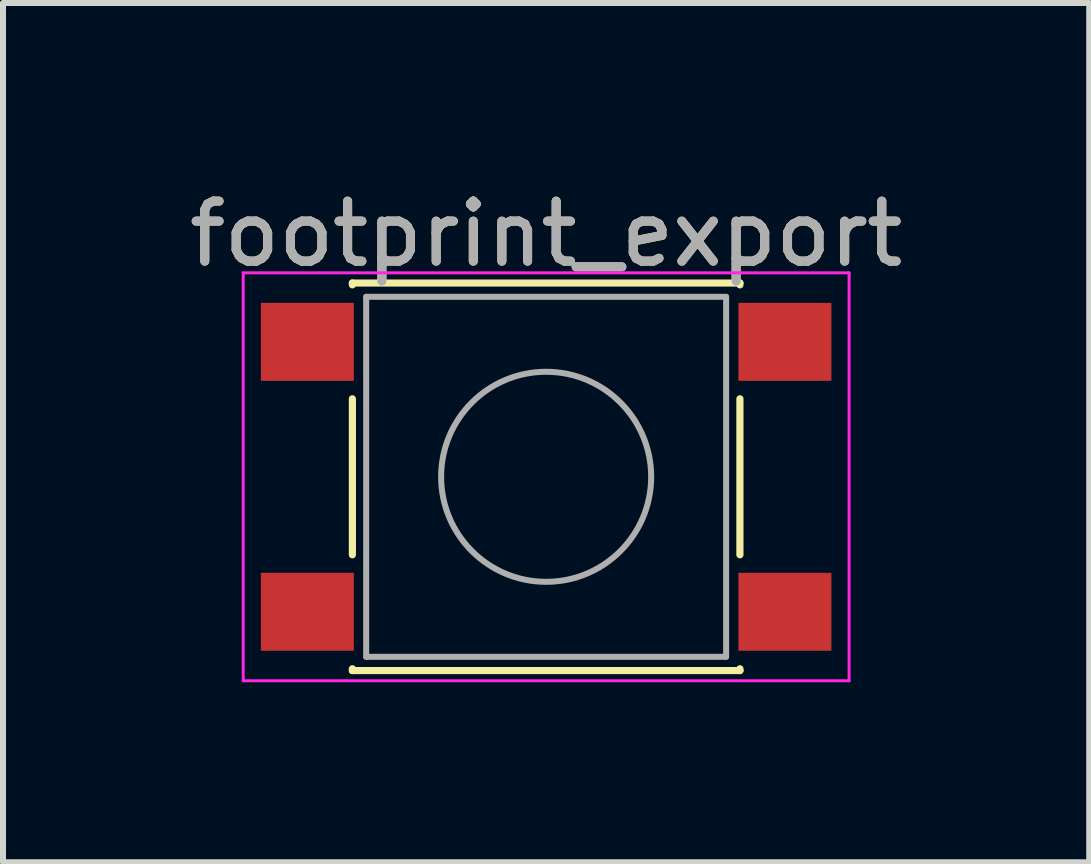
<source format=kicad_pcb>
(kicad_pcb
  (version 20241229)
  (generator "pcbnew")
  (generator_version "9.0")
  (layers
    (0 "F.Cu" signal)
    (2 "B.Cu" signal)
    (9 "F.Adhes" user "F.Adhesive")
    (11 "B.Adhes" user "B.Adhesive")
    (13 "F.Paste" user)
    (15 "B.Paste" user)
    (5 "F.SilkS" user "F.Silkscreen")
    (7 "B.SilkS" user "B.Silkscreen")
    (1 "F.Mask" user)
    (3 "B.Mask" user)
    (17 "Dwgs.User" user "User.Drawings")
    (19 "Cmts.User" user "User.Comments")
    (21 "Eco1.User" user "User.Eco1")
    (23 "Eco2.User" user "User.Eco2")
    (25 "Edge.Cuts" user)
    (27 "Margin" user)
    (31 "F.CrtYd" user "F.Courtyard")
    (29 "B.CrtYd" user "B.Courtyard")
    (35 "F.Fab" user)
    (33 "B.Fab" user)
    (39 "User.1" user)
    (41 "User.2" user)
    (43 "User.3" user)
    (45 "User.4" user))
  (footprint "footprint_export"
    (layer "F.Cu")
    (at 6.054 4.898)
    (property "Reference" "footprint_export" (at 0 -4.05 0) (layer "F.SilkS") (effects (font (size 1 1) (thickness 0.15))))
    (attr smd)
    (fp_line (start -3.23 -3.23) (end 3.23 -3.23) (stroke (width 0.12) (type solid)) (layer "F.SilkS"))
    (fp_line (start -3.23 -3.2) (end -3.23 -3.23) (stroke (width 0.12) (type solid)) (layer "F.SilkS"))
    (fp_line (start -3.23 -1.3) (end -3.23 1.3) (stroke (width 0.12) (type solid)) (layer "F.SilkS"))
    (fp_line (start -3.23 3.23) (end -3.23 3.2) (stroke (width 0.12) (type solid)) (layer "F.SilkS"))
    (fp_line (start -3.23 3.23) (end 3.23 3.23) (stroke (width 0.12) (type solid)) (layer "F.SilkS"))
    (fp_line (start 3.23 -3.23) (end 3.23 -3.2) (stroke (width 0.12) (type solid)) (layer "F.SilkS"))
    (fp_line (start 3.23 -1.3) (end 3.23 1.3) (stroke (width 0.12) (type solid)) (layer "F.SilkS"))
    (fp_line (start 3.23 3.23) (end 3.23 3.2) (stroke (width 0.12) (type solid)) (layer "F.SilkS"))
    (fp_line (start -5.05 -3.4) (end -5.05 3.4) (stroke (width 0.05) (type solid)) (layer "F.CrtYd"))
    (fp_line (start -5.05 -3.4) (end 5.05 -3.4) (stroke (width 0.05) (type solid)) (layer "F.CrtYd"))
    (fp_line (start -5.05 3.4) (end 5.05 3.4) (stroke (width 0.05) (type solid)) (layer "F.CrtYd"))
    (fp_line (start 5.05 3.4) (end 5.05 -3.4) (stroke (width 0.05) (type solid)) (layer "F.CrtYd"))
    (fp_line (start -3 -3) (end -3 3) (stroke (width 0.1) (type solid)) (layer "F.Fab"))
    (fp_line (start -3 3) (end 3 3) (stroke (width 0.1) (type solid)) (layer "F.Fab"))
    (fp_line (start 3 -3) (end -3 -3) (stroke (width 0.1) (type solid)) (layer "F.Fab"))
    (fp_line (start 3 3) (end 3 -3) (stroke (width 0.1) (type solid)) (layer "F.Fab"))
    (fp_circle (center 0 0) (end 1.75 -0.05) (stroke (width 0.1) (type solid)) (fill no) (layer "F.Fab"))
    (fp_text user "${REFERENCE}" (at 0 -4.05 0) (layer "F.Fab") (effects (font (size 1 1) (thickness 0.15))))
    (pad "1" smd rect (at -3.98 -2.25) (size 1.55 1.3) (layers "F.Cu" "F.Mask" "F.Paste"))
    (pad "1" smd rect (at 3.98 -2.25) (size 1.55 1.3) (layers "F.Cu" "F.Mask" "F.Paste"))
    (pad "2" smd rect (at -3.98 2.25) (size 1.55 1.3) (layers "F.Cu" "F.Mask" "F.Paste"))
    (pad "2" smd rect (at 3.98 2.25) (size 1.55 1.3) (layers "F.Cu" "F.Mask" "F.Paste")))
  (gr_rect
    (start -3 -3)
    (end 15.107 11.323)
    (stroke (width 0.1) (type default))
    (fill no)
    (layer "Edge.Cuts")))
</source>
